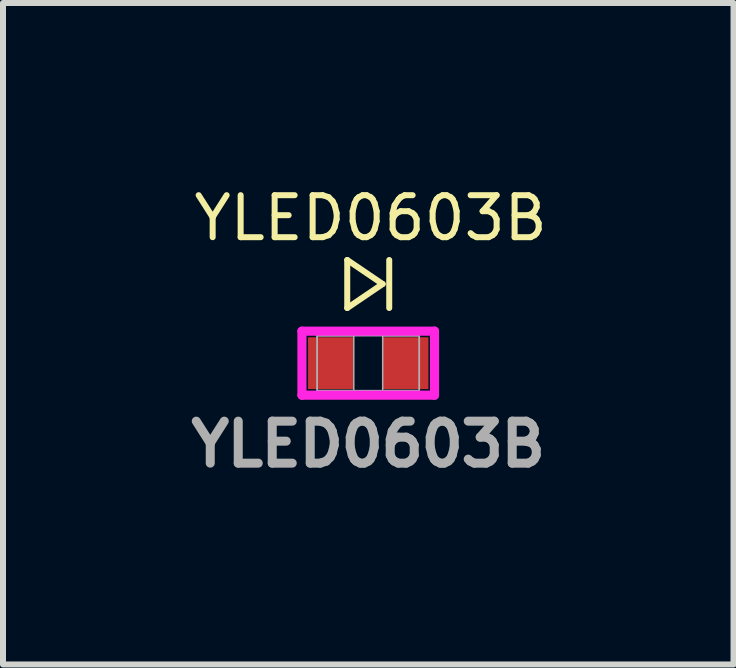
<source format=kicad_pcb>
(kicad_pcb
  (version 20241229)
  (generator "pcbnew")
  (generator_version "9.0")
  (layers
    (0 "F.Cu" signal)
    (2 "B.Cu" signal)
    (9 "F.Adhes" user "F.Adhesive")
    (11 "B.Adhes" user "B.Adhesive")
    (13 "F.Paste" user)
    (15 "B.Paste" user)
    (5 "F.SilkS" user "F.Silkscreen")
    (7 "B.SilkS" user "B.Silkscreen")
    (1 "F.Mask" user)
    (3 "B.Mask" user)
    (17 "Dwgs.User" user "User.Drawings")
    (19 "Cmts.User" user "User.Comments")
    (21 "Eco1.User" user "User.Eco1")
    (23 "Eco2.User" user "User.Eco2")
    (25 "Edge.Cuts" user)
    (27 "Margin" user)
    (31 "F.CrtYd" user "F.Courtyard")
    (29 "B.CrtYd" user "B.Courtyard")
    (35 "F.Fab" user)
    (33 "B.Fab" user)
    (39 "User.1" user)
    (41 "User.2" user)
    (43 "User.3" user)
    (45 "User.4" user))
  (footprint "YLED0603B"
    (layer "F.Cu")
    (at 3.088 3.005)
    (property "Reference" "YLED0603B" (at 0.04 -2.42 0) (unlocked yes) (layer "F.SilkS") (effects (font (size 0.7 0.7) (thickness 0.1))))
    (attr smd)
    (fp_line (start -0.35 -1.721) (end 0.24 -1.321) (stroke (width 0.1) (type default)) (layer "F.SilkS"))
    (fp_line (start -0.35 -0.921) (end -0.35 -1.721) (stroke (width 0.1) (type default)) (layer "F.SilkS"))
    (fp_line (start 0.24 -1.321) (end -0.35 -0.921) (stroke (width 0.1) (type default)) (layer "F.SilkS"))
    (fp_line (start 0.35 -1.721) (end 0.35 -0.921) (stroke (width 0.1) (type default)) (layer "F.SilkS"))
    (fp_line (start -1.105 -0.535) (end 1.105 -0.535) (stroke (width 0.152) (type solid)) (layer "F.CrtYd"))
    (fp_line (start -1.105 0.532) (end -1.105 -0.535) (stroke (width 0.152) (type solid)) (layer "F.CrtYd"))
    (fp_line (start 1.105 -0.535) (end 1.105 0.532) (stroke (width 0.152) (type solid)) (layer "F.CrtYd"))
    (fp_line (start 1.105 0.532) (end -1.105 0.532) (stroke (width 0.152) (type solid)) (layer "F.CrtYd"))
    (fp_line (start -0.851 -0.459) (end -0.851 0.456) (stroke (width 0.025) (type solid)) (layer "F.Fab"))
    (fp_line (start -0.851 -0.459) (end -0.851 0.456) (stroke (width 0.025) (type solid)) (layer "F.Fab"))
    (fp_line (start -0.851 0.456) (end -0.241 0.456) (stroke (width 0.025) (type solid)) (layer "F.Fab"))
    (fp_line (start -0.851 0.456) (end 0.851 0.456) (stroke (width 0.025) (type solid)) (layer "F.Fab"))
    (fp_line (start -0.241 -0.459) (end -0.851 -0.459) (stroke (width 0.025) (type solid)) (layer "F.Fab"))
    (fp_line (start -0.241 0.456) (end -0.241 -0.459) (stroke (width 0.025) (type solid)) (layer "F.Fab"))
    (fp_line (start 0.241 -0.459) (end 0.241 0.456) (stroke (width 0.025) (type solid)) (layer "F.Fab"))
    (fp_line (start 0.241 0.456) (end 0.851 0.456) (stroke (width 0.025) (type solid)) (layer "F.Fab"))
    (fp_line (start 0.851 -0.459) (end -0.851 -0.459) (stroke (width 0.025) (type solid)) (layer "F.Fab"))
    (fp_line (start 0.851 -0.459) (end 0.241 -0.459) (stroke (width 0.025) (type solid)) (layer "F.Fab"))
    (fp_line (start 0.851 0.456) (end 0.851 -0.459) (stroke (width 0.025) (type solid)) (layer "F.Fab"))
    (fp_line (start 0.851 0.456) (end 0.851 -0.459) (stroke (width 0.025) (type solid)) (layer "F.Fab"))
    (fp_text user "${REFERENCE}" (at 0 1.349 0) (unlocked yes) (layer "F.Fab") (effects (font (size 0.7 0.7) (thickness 0.15))))
    (pad "1" smd rect (at 0.622 -0.001) (size 0.762 0.864) (layers "F.Cu" "F.Mask" "F.Paste"))
    (pad "2" smd rect (at -0.622 -0.001) (size 0.762 0.864) (layers "F.Cu" "F.Mask" "F.Paste"))
    (zone (net_name "") (layer "F.Cu") (hatch full 0.508) (connect_pads) (min_thickness 0.254) (filled_areas_thickness no) (keepout (tracks not_allowed) (vias not_allowed) (pads allowed) (copperpour not_allowed) (footprints allowed)) (placement (enabled no)) (fill) (polygon (pts (xy 2.898 2.597) (xy 3.279 2.597) (xy 3.279 3.41) (xy 2.898 3.41)))))
  (gr_rect
    (start -3 -3)
    (end 9.177 8.026)
    (stroke (width 0.1) (type default))
    (fill no)
    (layer "Edge.Cuts")))
</source>
